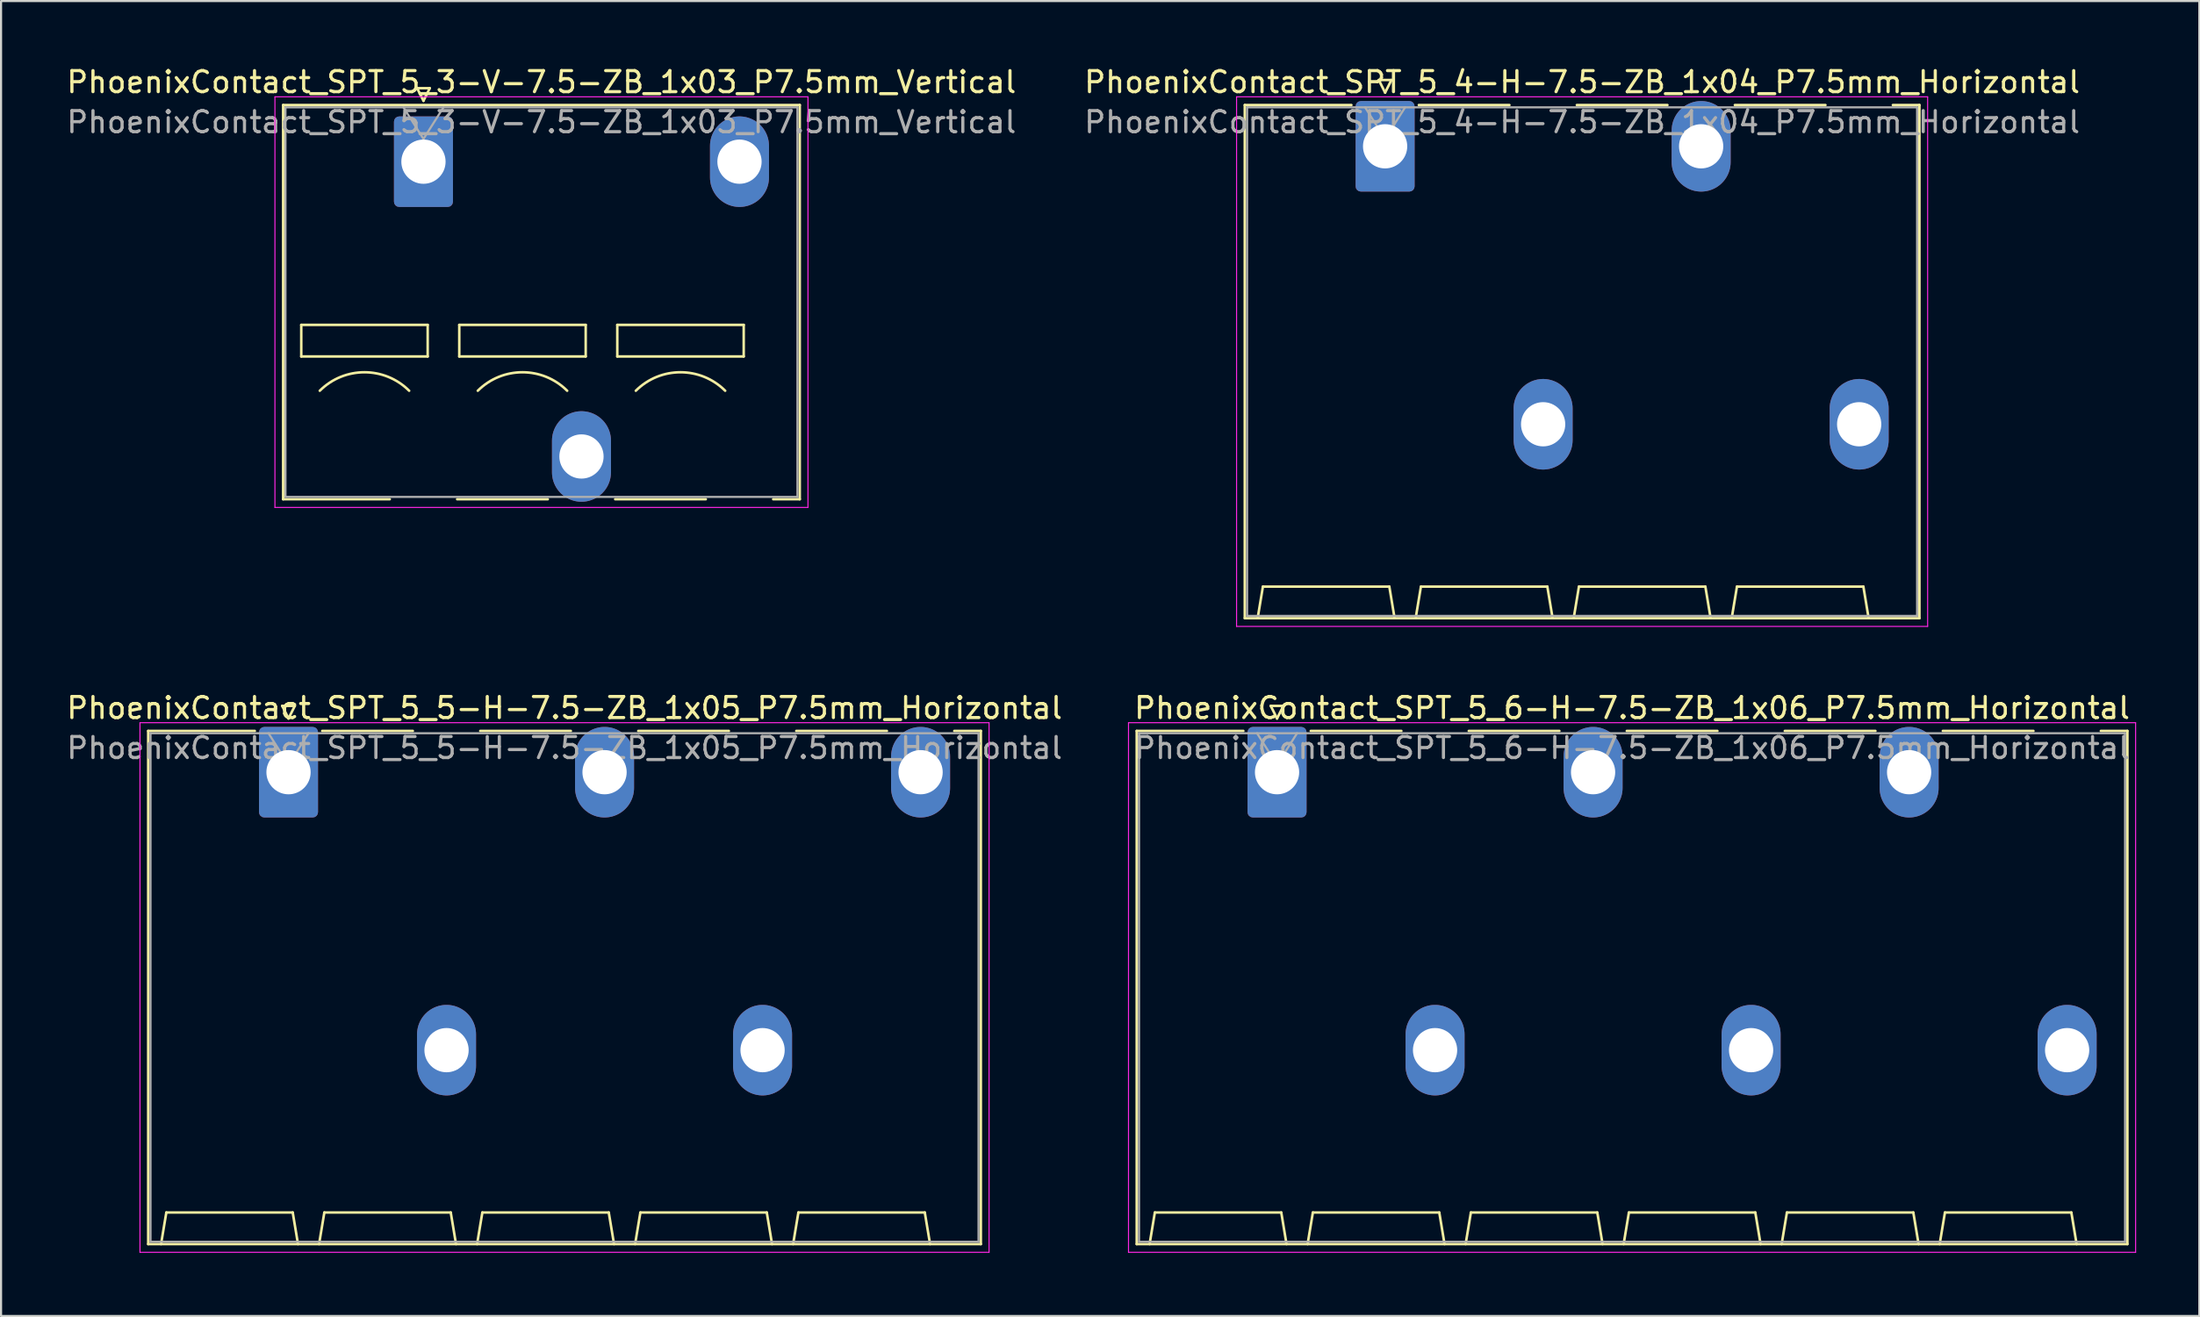
<source format=kicad_pcb>
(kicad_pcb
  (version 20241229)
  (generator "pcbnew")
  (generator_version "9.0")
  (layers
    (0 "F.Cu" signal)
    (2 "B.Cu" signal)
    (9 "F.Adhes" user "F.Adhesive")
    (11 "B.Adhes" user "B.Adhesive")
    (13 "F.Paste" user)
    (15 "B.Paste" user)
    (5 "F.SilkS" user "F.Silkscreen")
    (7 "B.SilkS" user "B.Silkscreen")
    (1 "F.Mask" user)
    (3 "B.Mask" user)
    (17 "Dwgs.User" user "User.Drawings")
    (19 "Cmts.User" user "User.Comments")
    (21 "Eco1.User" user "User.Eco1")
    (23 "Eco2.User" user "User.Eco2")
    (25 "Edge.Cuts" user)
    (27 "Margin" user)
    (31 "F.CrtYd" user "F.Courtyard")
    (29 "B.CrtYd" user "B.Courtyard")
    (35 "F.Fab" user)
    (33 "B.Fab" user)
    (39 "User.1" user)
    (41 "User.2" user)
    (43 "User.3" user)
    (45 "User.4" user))
  (footprint "PhoenixContact_SPT_5_3-V-7.5-ZB_1x03_P7.5mm_Vertical"
    (layer "F.Cu")
    (at 17.049 4.628)
    (property "Reference" "PhoenixContact_SPT_5_3-V-7.5-ZB_1x03_P7.5mm_Vertical" (at 5.6 -3.78 0) (layer "F.SilkS") (effects (font (size 1 1) (thickness 0.15))))
    (attr through_hole)
    (fp_line (start -6.66 -2.69) (end 17.86 -2.69) (stroke (width 0.12) (type solid)) (layer "F.SilkS"))
    (fp_line (start -6.66 16.03) (end -6.66 -2.69) (stroke (width 0.12) (type solid)) (layer "F.SilkS"))
    (fp_line (start -6.66 16.03) (end -1.6 16.03) (stroke (width 0.12) (type solid)) (layer "F.SilkS"))
    (fp_line (start -5.8 7.75) (end -5.8 9.25) (stroke (width 0.12) (type solid)) (layer "F.SilkS"))
    (fp_line (start -5.8 9.25) (end 0.2 9.25) (stroke (width 0.12) (type solid)) (layer "F.SilkS"))
    (fp_line (start -0.3 -3.49) (end 0 -2.89) (stroke (width 0.12) (type solid)) (layer "F.SilkS"))
    (fp_line (start -0.3 -3.49) (end 0.3 -3.49) (stroke (width 0.12) (type solid)) (layer "F.SilkS"))
    (fp_line (start 0.2 7.75) (end -5.8 7.75) (stroke (width 0.12) (type solid)) (layer "F.SilkS"))
    (fp_line (start 0.2 9.25) (end 0.2 7.75) (stroke (width 0.12) (type solid)) (layer "F.SilkS"))
    (fp_line (start 0.3 -3.49) (end 0 -2.89) (stroke (width 0.12) (type solid)) (layer "F.SilkS"))
    (fp_line (start 1.6 16.03) (end 5.9 16.03) (stroke (width 0.12) (type solid)) (layer "F.SilkS"))
    (fp_line (start 1.7 7.75) (end 1.7 9.25) (stroke (width 0.12) (type solid)) (layer "F.SilkS"))
    (fp_line (start 1.7 9.25) (end 7.7 9.25) (stroke (width 0.12) (type solid)) (layer "F.SilkS"))
    (fp_line (start 7.7 7.75) (end 1.7 7.75) (stroke (width 0.12) (type solid)) (layer "F.SilkS"))
    (fp_line (start 7.7 9.25) (end 7.7 7.75) (stroke (width 0.12) (type solid)) (layer "F.SilkS"))
    (fp_line (start 9.1 16.03) (end 13.4 16.03) (stroke (width 0.12) (type solid)) (layer "F.SilkS"))
    (fp_line (start 9.2 7.75) (end 9.2 9.25) (stroke (width 0.12) (type solid)) (layer "F.SilkS"))
    (fp_line (start 9.2 9.25) (end 15.2 9.25) (stroke (width 0.12) (type solid)) (layer "F.SilkS"))
    (fp_line (start 15.2 7.75) (end 9.2 7.75) (stroke (width 0.12) (type solid)) (layer "F.SilkS"))
    (fp_line (start 15.2 9.25) (end 15.2 7.75) (stroke (width 0.12) (type solid)) (layer "F.SilkS"))
    (fp_line (start 16.6 16.03) (end 17.86 16.03) (stroke (width 0.12) (type solid)) (layer "F.SilkS"))
    (fp_line (start 17.86 -2.69) (end 17.86 16.03) (stroke (width 0.12) (type solid)) (layer "F.SilkS"))
    (fp_arc (start -4.92132 10.87868) (mid -2.8 10) (end -0.67868 10.87868) (stroke (width 0.12) (type solid)) (layer "F.SilkS"))
    (fp_arc (start 2.57868 10.87868) (mid 4.7 10) (end 6.82132 10.87868) (stroke (width 0.12) (type solid)) (layer "F.SilkS"))
    (fp_arc (start 10.07868 10.87868) (mid 12.2 10) (end 14.32132 10.87868) (stroke (width 0.12) (type solid)) (layer "F.SilkS"))
    (fp_line (start -7.05 -3.08) (end -7.05 16.42) (stroke (width 0.05) (type solid)) (layer "F.CrtYd"))
    (fp_line (start -7.05 16.42) (end 18.25 16.42) (stroke (width 0.05) (type solid)) (layer "F.CrtYd"))
    (fp_line (start 18.25 -3.08) (end -7.05 -3.08) (stroke (width 0.05) (type solid)) (layer "F.CrtYd"))
    (fp_line (start 18.25 16.42) (end 18.25 -3.08) (stroke (width 0.05) (type solid)) (layer "F.CrtYd"))
    (fp_line (start -6.55 -2.58) (end -6.55 15.92) (stroke (width 0.1) (type solid)) (layer "F.Fab"))
    (fp_line (start -6.55 15.92) (end 17.75 15.92) (stroke (width 0.1) (type solid)) (layer "F.Fab"))
    (fp_line (start -0.95 -2.58) (end 0 -1.08) (stroke (width 0.1) (type solid)) (layer "F.Fab"))
    (fp_line (start 0.95 -2.58) (end 0 -1.08) (stroke (width 0.1) (type solid)) (layer "F.Fab"))
    (fp_line (start 17.75 -2.58) (end -6.55 -2.58) (stroke (width 0.1) (type solid)) (layer "F.Fab"))
    (fp_line (start 17.75 15.92) (end 17.75 -2.58) (stroke (width 0.1) (type solid)) (layer "F.Fab"))
    (fp_text user "${REFERENCE}" (at 5.6 -1.88 0) (layer "F.Fab") (effects (font (size 1 1) (thickness 0.15))))
    (pad "1" thru_hole roundrect (at 0 0) (size 2.8 4.3) (drill 2.1) (layers "*.Cu" "*.Mask") (roundrect_rratio 0.089))
    (pad "2" thru_hole oval (at 7.5 14) (size 2.8 4.3) (drill 2.1) (layers "*.Cu" "*.Mask"))
    (pad "3" thru_hole oval (at 15 0) (size 2.8 4.3) (drill 2.1) (layers "*.Cu" "*.Mask")))
  (footprint "PhoenixContact_SPT_5_5-H-7.5-ZB_1x05_P7.5mm_Horizontal"
    (layer "F.Cu")
    (at 10.644 33.621)
    (property "Reference" "PhoenixContact_SPT_5_5-H-7.5-ZB_1x05_P7.5mm_Horizontal" (at 13.1 -3.05 0) (layer "F.SilkS") (effects (font (size 1 1) (thickness 0.15))))
    (attr through_hole)
    (fp_line (start -6.66 -1.96) (end -1.6 -1.96) (stroke (width 0.12) (type solid)) (layer "F.SilkS"))
    (fp_line (start -6.66 22.41) (end -6.66 -1.96) (stroke (width 0.12) (type solid)) (layer "F.SilkS"))
    (fp_line (start -6.05 22.41) (end -5.8 20.91) (stroke (width 0.12) (type solid)) (layer "F.SilkS"))
    (fp_line (start -5.8 20.91) (end 0.2 20.91) (stroke (width 0.12) (type solid)) (layer "F.SilkS"))
    (fp_line (start -0.3 -3.15) (end 0 -2.55) (stroke (width 0.12) (type solid)) (layer "F.SilkS"))
    (fp_line (start -0.3 -3.15) (end 0.3 -3.15) (stroke (width 0.12) (type solid)) (layer "F.SilkS"))
    (fp_line (start 0.3 -3.15) (end 0 -2.55) (stroke (width 0.12) (type solid)) (layer "F.SilkS"))
    (fp_line (start 0.45 22.41) (end 0.2 20.91) (stroke (width 0.12) (type solid)) (layer "F.SilkS"))
    (fp_line (start 1.45 22.41) (end 1.7 20.91) (stroke (width 0.12) (type solid)) (layer "F.SilkS"))
    (fp_line (start 1.6 -1.96) (end 5.9 -1.96) (stroke (width 0.12) (type solid)) (layer "F.SilkS"))
    (fp_line (start 1.7 20.91) (end 7.7 20.91) (stroke (width 0.12) (type solid)) (layer "F.SilkS"))
    (fp_line (start 7.95 22.41) (end 7.7 20.91) (stroke (width 0.12) (type solid)) (layer "F.SilkS"))
    (fp_line (start 8.95 22.41) (end 9.2 20.91) (stroke (width 0.12) (type solid)) (layer "F.SilkS"))
    (fp_line (start 9.1 -1.96) (end 13.4 -1.96) (stroke (width 0.12) (type solid)) (layer "F.SilkS"))
    (fp_line (start 9.2 20.91) (end 15.2 20.91) (stroke (width 0.12) (type solid)) (layer "F.SilkS"))
    (fp_line (start 15.45 22.41) (end 15.2 20.91) (stroke (width 0.12) (type solid)) (layer "F.SilkS"))
    (fp_line (start 16.45 22.41) (end 16.7 20.91) (stroke (width 0.12) (type solid)) (layer "F.SilkS"))
    (fp_line (start 16.6 -1.96) (end 20.9 -1.96) (stroke (width 0.12) (type solid)) (layer "F.SilkS"))
    (fp_line (start 16.7 20.91) (end 22.7 20.91) (stroke (width 0.12) (type solid)) (layer "F.SilkS"))
    (fp_line (start 22.95 22.41) (end 22.7 20.91) (stroke (width 0.12) (type solid)) (layer "F.SilkS"))
    (fp_line (start 23.95 22.41) (end 24.2 20.91) (stroke (width 0.12) (type solid)) (layer "F.SilkS"))
    (fp_line (start 24.1 -1.96) (end 28.4 -1.96) (stroke (width 0.12) (type solid)) (layer "F.SilkS"))
    (fp_line (start 24.2 20.91) (end 30.2 20.91) (stroke (width 0.12) (type solid)) (layer "F.SilkS"))
    (fp_line (start 30.45 22.41) (end 30.2 20.91) (stroke (width 0.12) (type solid)) (layer "F.SilkS"))
    (fp_line (start 31.6 -1.96) (end 32.86 -1.96) (stroke (width 0.12) (type solid)) (layer "F.SilkS"))
    (fp_line (start 32.86 -1.96) (end 32.86 22.41) (stroke (width 0.12) (type solid)) (layer "F.SilkS"))
    (fp_line (start 32.86 22.41) (end -6.66 22.41) (stroke (width 0.12) (type solid)) (layer "F.SilkS"))
    (fp_line (start -7.05 -2.35) (end -7.05 22.8) (stroke (width 0.05) (type solid)) (layer "F.CrtYd"))
    (fp_line (start -7.05 22.8) (end 33.25 22.8) (stroke (width 0.05) (type solid)) (layer "F.CrtYd"))
    (fp_line (start 33.25 -2.35) (end -7.05 -2.35) (stroke (width 0.05) (type solid)) (layer "F.CrtYd"))
    (fp_line (start 33.25 22.8) (end 33.25 -2.35) (stroke (width 0.05) (type solid)) (layer "F.CrtYd"))
    (fp_line (start -6.55 -1.85) (end -6.55 22.3) (stroke (width 0.1) (type solid)) (layer "F.Fab"))
    (fp_line (start -6.55 22.3) (end 32.75 22.3) (stroke (width 0.1) (type solid)) (layer "F.Fab"))
    (fp_line (start -0.95 -1.85) (end 0 -0.35) (stroke (width 0.1) (type solid)) (layer "F.Fab"))
    (fp_line (start 0.95 -1.85) (end 0 -0.35) (stroke (width 0.1) (type solid)) (layer "F.Fab"))
    (fp_line (start 32.75 -1.85) (end -6.55 -1.85) (stroke (width 0.1) (type solid)) (layer "F.Fab"))
    (fp_line (start 32.75 22.3) (end 32.75 -1.85) (stroke (width 0.1) (type solid)) (layer "F.Fab"))
    (fp_text user "${REFERENCE}" (at 13.1 -1.15 0) (layer "F.Fab") (effects (font (size 1 1) (thickness 0.15))))
    (pad "1" thru_hole roundrect (at 0 0) (size 2.8 4.3) (drill 2.1) (layers "*.Cu" "*.Mask") (roundrect_rratio 0.089))
    (pad "2" thru_hole oval (at 7.5 13.2) (size 2.8 4.3) (drill 2.1) (layers "*.Cu" "*.Mask"))
    (pad "3" thru_hole oval (at 15 0) (size 2.8 4.3) (drill 2.1) (layers "*.Cu" "*.Mask"))
    (pad "4" thru_hole oval (at 22.5 13.2) (size 2.8 4.3) (drill 2.1) (layers "*.Cu" "*.Mask"))
    (pad "5" thru_hole oval (at 30 0) (size 2.8 4.3) (drill 2.1) (layers "*.Cu" "*.Mask")))
  (footprint "PhoenixContact_SPT_5_6-H-7.5-ZB_1x06_P7.5mm_Horizontal"
    (layer "F.Cu")
    (at 57.563 33.621)
    (property "Reference" "PhoenixContact_SPT_5_6-H-7.5-ZB_1x06_P7.5mm_Horizontal" (at 16.85 -3.05 0) (layer "F.SilkS") (effects (font (size 1 1) (thickness 0.15))))
    (attr through_hole)
    (fp_line (start -6.66 -1.96) (end -1.6 -1.96) (stroke (width 0.12) (type solid)) (layer "F.SilkS"))
    (fp_line (start -6.66 22.41) (end -6.66 -1.96) (stroke (width 0.12) (type solid)) (layer "F.SilkS"))
    (fp_line (start -6.05 22.41) (end -5.8 20.91) (stroke (width 0.12) (type solid)) (layer "F.SilkS"))
    (fp_line (start -5.8 20.91) (end 0.2 20.91) (stroke (width 0.12) (type solid)) (layer "F.SilkS"))
    (fp_line (start -0.3 -3.15) (end 0 -2.55) (stroke (width 0.12) (type solid)) (layer "F.SilkS"))
    (fp_line (start -0.3 -3.15) (end 0.3 -3.15) (stroke (width 0.12) (type solid)) (layer "F.SilkS"))
    (fp_line (start 0.3 -3.15) (end 0 -2.55) (stroke (width 0.12) (type solid)) (layer "F.SilkS"))
    (fp_line (start 0.45 22.41) (end 0.2 20.91) (stroke (width 0.12) (type solid)) (layer "F.SilkS"))
    (fp_line (start 1.45 22.41) (end 1.7 20.91) (stroke (width 0.12) (type solid)) (layer "F.SilkS"))
    (fp_line (start 1.6 -1.96) (end 5.9 -1.96) (stroke (width 0.12) (type solid)) (layer "F.SilkS"))
    (fp_line (start 1.7 20.91) (end 7.7 20.91) (stroke (width 0.12) (type solid)) (layer "F.SilkS"))
    (fp_line (start 7.95 22.41) (end 7.7 20.91) (stroke (width 0.12) (type solid)) (layer "F.SilkS"))
    (fp_line (start 8.95 22.41) (end 9.2 20.91) (stroke (width 0.12) (type solid)) (layer "F.SilkS"))
    (fp_line (start 9.1 -1.96) (end 13.4 -1.96) (stroke (width 0.12) (type solid)) (layer "F.SilkS"))
    (fp_line (start 9.2 20.91) (end 15.2 20.91) (stroke (width 0.12) (type solid)) (layer "F.SilkS"))
    (fp_line (start 15.45 22.41) (end 15.2 20.91) (stroke (width 0.12) (type solid)) (layer "F.SilkS"))
    (fp_line (start 16.45 22.41) (end 16.7 20.91) (stroke (width 0.12) (type solid)) (layer "F.SilkS"))
    (fp_line (start 16.6 -1.96) (end 20.9 -1.96) (stroke (width 0.12) (type solid)) (layer "F.SilkS"))
    (fp_line (start 16.7 20.91) (end 22.7 20.91) (stroke (width 0.12) (type solid)) (layer "F.SilkS"))
    (fp_line (start 22.95 22.41) (end 22.7 20.91) (stroke (width 0.12) (type solid)) (layer "F.SilkS"))
    (fp_line (start 23.95 22.41) (end 24.2 20.91) (stroke (width 0.12) (type solid)) (layer "F.SilkS"))
    (fp_line (start 24.1 -1.96) (end 28.4 -1.96) (stroke (width 0.12) (type solid)) (layer "F.SilkS"))
    (fp_line (start 24.2 20.91) (end 30.2 20.91) (stroke (width 0.12) (type solid)) (layer "F.SilkS"))
    (fp_line (start 30.45 22.41) (end 30.2 20.91) (stroke (width 0.12) (type solid)) (layer "F.SilkS"))
    (fp_line (start 31.45 22.41) (end 31.7 20.91) (stroke (width 0.12) (type solid)) (layer "F.SilkS"))
    (fp_line (start 31.6 -1.96) (end 35.9 -1.96) (stroke (width 0.12) (type solid)) (layer "F.SilkS"))
    (fp_line (start 31.7 20.91) (end 37.7 20.91) (stroke (width 0.12) (type solid)) (layer "F.SilkS"))
    (fp_line (start 37.95 22.41) (end 37.7 20.91) (stroke (width 0.12) (type solid)) (layer "F.SilkS"))
    (fp_line (start 39.1 -1.96) (end 40.36 -1.96) (stroke (width 0.12) (type solid)) (layer "F.SilkS"))
    (fp_line (start 40.36 -1.96) (end 40.36 22.41) (stroke (width 0.12) (type solid)) (layer "F.SilkS"))
    (fp_line (start 40.36 22.41) (end -6.66 22.41) (stroke (width 0.12) (type solid)) (layer "F.SilkS"))
    (fp_line (start -7.05 -2.35) (end -7.05 22.8) (stroke (width 0.05) (type solid)) (layer "F.CrtYd"))
    (fp_line (start -7.05 22.8) (end 40.75 22.8) (stroke (width 0.05) (type solid)) (layer "F.CrtYd"))
    (fp_line (start 40.75 -2.35) (end -7.05 -2.35) (stroke (width 0.05) (type solid)) (layer "F.CrtYd"))
    (fp_line (start 40.75 22.8) (end 40.75 -2.35) (stroke (width 0.05) (type solid)) (layer "F.CrtYd"))
    (fp_line (start -6.55 -1.85) (end -6.55 22.3) (stroke (width 0.1) (type solid)) (layer "F.Fab"))
    (fp_line (start -6.55 22.3) (end 40.25 22.3) (stroke (width 0.1) (type solid)) (layer "F.Fab"))
    (fp_line (start -0.95 -1.85) (end 0 -0.35) (stroke (width 0.1) (type solid)) (layer "F.Fab"))
    (fp_line (start 0.95 -1.85) (end 0 -0.35) (stroke (width 0.1) (type solid)) (layer "F.Fab"))
    (fp_line (start 40.25 -1.85) (end -6.55 -1.85) (stroke (width 0.1) (type solid)) (layer "F.Fab"))
    (fp_line (start 40.25 22.3) (end 40.25 -1.85) (stroke (width 0.1) (type solid)) (layer "F.Fab"))
    (fp_text user "${REFERENCE}" (at 16.85 -1.15 0) (layer "F.Fab") (effects (font (size 1 1) (thickness 0.15))))
    (pad "1" thru_hole roundrect (at 0 0) (size 2.8 4.3) (drill 2.1) (layers "*.Cu" "*.Mask") (roundrect_rratio 0.089))
    (pad "2" thru_hole oval (at 7.5 13.2) (size 2.8 4.3) (drill 2.1) (layers "*.Cu" "*.Mask"))
    (pad "3" thru_hole oval (at 15 0) (size 2.8 4.3) (drill 2.1) (layers "*.Cu" "*.Mask"))
    (pad "4" thru_hole oval (at 22.5 13.2) (size 2.8 4.3) (drill 2.1) (layers "*.Cu" "*.Mask"))
    (pad "5" thru_hole oval (at 30 0) (size 2.8 4.3) (drill 2.1) (layers "*.Cu" "*.Mask"))
    (pad "6" thru_hole oval (at 37.5 13.2) (size 2.8 4.3) (drill 2.1) (layers "*.Cu" "*.Mask")))
  (footprint "PhoenixContact_SPT_5_4-H-7.5-ZB_1x04_P7.5mm_Horizontal"
    (layer "F.Cu")
    (at 62.692 3.898)
    (property "Reference" "PhoenixContact_SPT_5_4-H-7.5-ZB_1x04_P7.5mm_Horizontal" (at 9.35 -3.05 0) (layer "F.SilkS") (effects (font (size 1 1) (thickness 0.15))))
    (attr through_hole)
    (fp_line (start -6.66 -1.96) (end -1.6 -1.96) (stroke (width 0.12) (type solid)) (layer "F.SilkS"))
    (fp_line (start -6.66 22.41) (end -6.66 -1.96) (stroke (width 0.12) (type solid)) (layer "F.SilkS"))
    (fp_line (start -6.05 22.41) (end -5.8 20.91) (stroke (width 0.12) (type solid)) (layer "F.SilkS"))
    (fp_line (start -5.8 20.91) (end 0.2 20.91) (stroke (width 0.12) (type solid)) (layer "F.SilkS"))
    (fp_line (start -0.3 -3.15) (end 0 -2.55) (stroke (width 0.12) (type solid)) (layer "F.SilkS"))
    (fp_line (start -0.3 -3.15) (end 0.3 -3.15) (stroke (width 0.12) (type solid)) (layer "F.SilkS"))
    (fp_line (start 0.3 -3.15) (end 0 -2.55) (stroke (width 0.12) (type solid)) (layer "F.SilkS"))
    (fp_line (start 0.45 22.41) (end 0.2 20.91) (stroke (width 0.12) (type solid)) (layer "F.SilkS"))
    (fp_line (start 1.45 22.41) (end 1.7 20.91) (stroke (width 0.12) (type solid)) (layer "F.SilkS"))
    (fp_line (start 1.6 -1.96) (end 5.9 -1.96) (stroke (width 0.12) (type solid)) (layer "F.SilkS"))
    (fp_line (start 1.7 20.91) (end 7.7 20.91) (stroke (width 0.12) (type solid)) (layer "F.SilkS"))
    (fp_line (start 7.95 22.41) (end 7.7 20.91) (stroke (width 0.12) (type solid)) (layer "F.SilkS"))
    (fp_line (start 8.95 22.41) (end 9.2 20.91) (stroke (width 0.12) (type solid)) (layer "F.SilkS"))
    (fp_line (start 9.1 -1.96) (end 13.4 -1.96) (stroke (width 0.12) (type solid)) (layer "F.SilkS"))
    (fp_line (start 9.2 20.91) (end 15.2 20.91) (stroke (width 0.12) (type solid)) (layer "F.SilkS"))
    (fp_line (start 15.45 22.41) (end 15.2 20.91) (stroke (width 0.12) (type solid)) (layer "F.SilkS"))
    (fp_line (start 16.45 22.41) (end 16.7 20.91) (stroke (width 0.12) (type solid)) (layer "F.SilkS"))
    (fp_line (start 16.6 -1.96) (end 20.9 -1.96) (stroke (width 0.12) (type solid)) (layer "F.SilkS"))
    (fp_line (start 16.7 20.91) (end 22.7 20.91) (stroke (width 0.12) (type solid)) (layer "F.SilkS"))
    (fp_line (start 22.95 22.41) (end 22.7 20.91) (stroke (width 0.12) (type solid)) (layer "F.SilkS"))
    (fp_line (start 24.1 -1.96) (end 25.36 -1.96) (stroke (width 0.12) (type solid)) (layer "F.SilkS"))
    (fp_line (start 25.36 -1.96) (end 25.36 22.41) (stroke (width 0.12) (type solid)) (layer "F.SilkS"))
    (fp_line (start 25.36 22.41) (end -6.66 22.41) (stroke (width 0.12) (type solid)) (layer "F.SilkS"))
    (fp_line (start -7.05 -2.35) (end -7.05 22.8) (stroke (width 0.05) (type solid)) (layer "F.CrtYd"))
    (fp_line (start -7.05 22.8) (end 25.75 22.8) (stroke (width 0.05) (type solid)) (layer "F.CrtYd"))
    (fp_line (start 25.75 -2.35) (end -7.05 -2.35) (stroke (width 0.05) (type solid)) (layer "F.CrtYd"))
    (fp_line (start 25.75 22.8) (end 25.75 -2.35) (stroke (width 0.05) (type solid)) (layer "F.CrtYd"))
    (fp_line (start -6.55 -1.85) (end -6.55 22.3) (stroke (width 0.1) (type solid)) (layer "F.Fab"))
    (fp_line (start -6.55 22.3) (end 25.25 22.3) (stroke (width 0.1) (type solid)) (layer "F.Fab"))
    (fp_line (start -0.95 -1.85) (end 0 -0.35) (stroke (width 0.1) (type solid)) (layer "F.Fab"))
    (fp_line (start 0.95 -1.85) (end 0 -0.35) (stroke (width 0.1) (type solid)) (layer "F.Fab"))
    (fp_line (start 25.25 -1.85) (end -6.55 -1.85) (stroke (width 0.1) (type solid)) (layer "F.Fab"))
    (fp_line (start 25.25 22.3) (end 25.25 -1.85) (stroke (width 0.1) (type solid)) (layer "F.Fab"))
    (fp_text user "${REFERENCE}" (at 9.35 -1.15 0) (layer "F.Fab") (effects (font (size 1 1) (thickness 0.15))))
    (pad "1" thru_hole roundrect (at 0 0) (size 2.8 4.3) (drill 2.1) (layers "*.Cu" "*.Mask") (roundrect_rratio 0.089))
    (pad "2" thru_hole oval (at 7.5 13.2) (size 2.8 4.3) (drill 2.1) (layers "*.Cu" "*.Mask"))
    (pad "3" thru_hole oval (at 15 0) (size 2.8 4.3) (drill 2.1) (layers "*.Cu" "*.Mask"))
    (pad "4" thru_hole oval (at 22.5 13.2) (size 2.8 4.3) (drill 2.1) (layers "*.Cu" "*.Mask")))
  (gr_rect
    (start -3 -3)
    (end 101.338 59.447)
    (stroke (width 0.1) (type default))
    (fill no)
    (layer "Edge.Cuts")))
</source>
